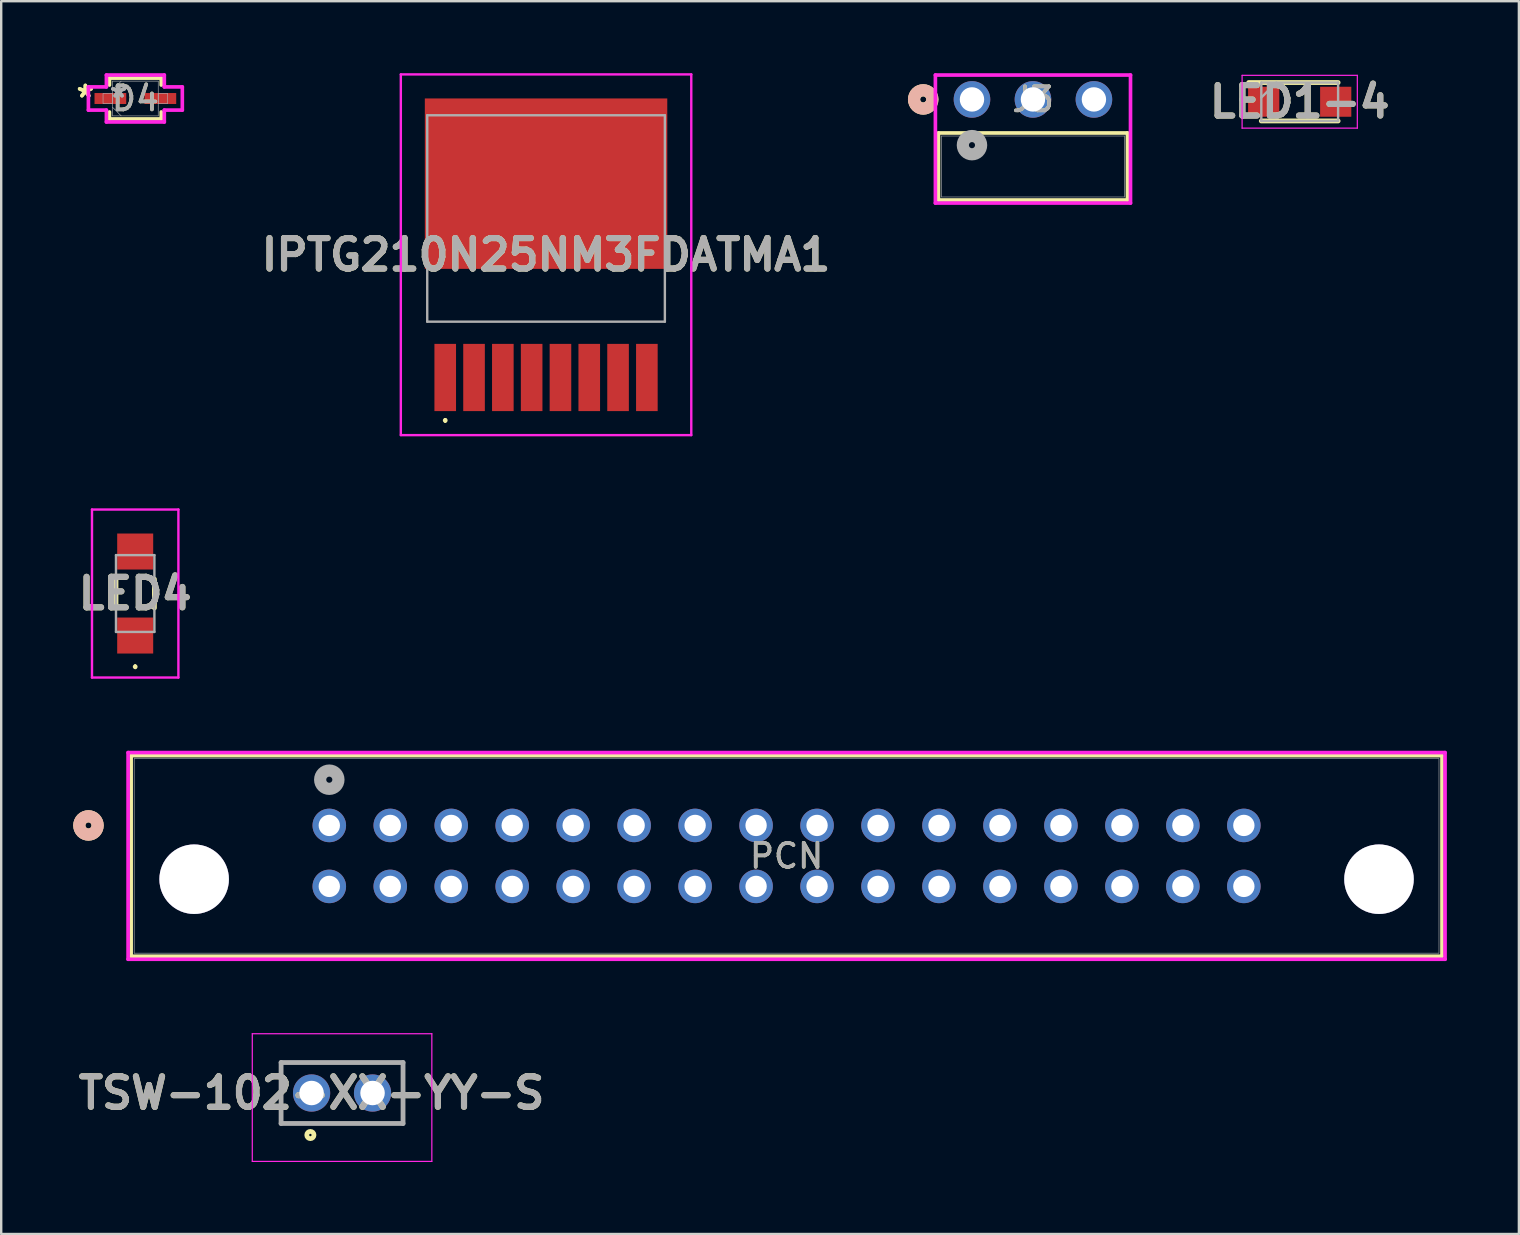
<source format=kicad_pcb>
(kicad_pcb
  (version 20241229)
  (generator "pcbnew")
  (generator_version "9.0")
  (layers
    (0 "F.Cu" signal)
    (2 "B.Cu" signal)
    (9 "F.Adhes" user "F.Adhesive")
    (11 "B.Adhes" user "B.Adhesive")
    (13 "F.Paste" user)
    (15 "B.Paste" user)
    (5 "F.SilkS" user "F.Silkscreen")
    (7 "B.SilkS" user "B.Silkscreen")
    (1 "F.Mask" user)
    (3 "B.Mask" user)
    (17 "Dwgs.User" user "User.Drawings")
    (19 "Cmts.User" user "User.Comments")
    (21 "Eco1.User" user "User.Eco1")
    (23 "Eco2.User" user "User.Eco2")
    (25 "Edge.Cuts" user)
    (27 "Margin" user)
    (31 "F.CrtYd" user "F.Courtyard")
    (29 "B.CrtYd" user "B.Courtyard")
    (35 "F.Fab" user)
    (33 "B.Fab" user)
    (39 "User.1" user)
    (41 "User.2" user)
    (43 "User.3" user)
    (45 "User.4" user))
  (footprint "LED1-4"
    (layer "F.Cu")
    (at 51.095 1.189)
    (property "Reference" "LED1-4" (at 0 0 0) (layer "F.SilkS") (effects (font (size 1.27 1.27) (thickness 0.254))))
    (attr smd)
    (fp_line (start -1.6 0.8) (end 1.6 0.8) (stroke (width 0.2) (type solid)) (layer "F.SilkS"))
    (fp_line (start 1.6 -0.8) (end -2.125 -0.8) (stroke (width 0.2) (type solid)) (layer "F.SilkS"))
    (fp_line (start -2.4 -1.1) (end 2.4 -1.1) (stroke (width 0.05) (type solid)) (layer "F.CrtYd"))
    (fp_line (start -2.4 1.1) (end -2.4 -1.1) (stroke (width 0.05) (type solid)) (layer "F.CrtYd"))
    (fp_line (start 2.4 -1.1) (end 2.4 1.1) (stroke (width 0.05) (type solid)) (layer "F.CrtYd"))
    (fp_line (start 2.4 1.1) (end -2.4 1.1) (stroke (width 0.05) (type solid)) (layer "F.CrtYd"))
    (fp_line (start -1.6 -0.8) (end 1.6 -0.8) (stroke (width 0.1) (type solid)) (layer "F.Fab"))
    (fp_line (start -1.6 -0.175) (end -0.975 -0.8) (stroke (width 0.1) (type solid)) (layer "F.Fab"))
    (fp_line (start -1.6 0.8) (end -1.6 -0.8) (stroke (width 0.1) (type solid)) (layer "F.Fab"))
    (fp_line (start 1.6 -0.8) (end 1.6 0.8) (stroke (width 0.1) (type solid)) (layer "F.Fab"))
    (fp_line (start 1.6 0.8) (end -1.6 0.8) (stroke (width 0.1) (type solid)) (layer "F.Fab"))
    (fp_text user "${REFERENCE}" (at 0 0 0) (layer "F.Fab") (effects (font (size 1.27 1.27) (thickness 0.254))))
    (pad "1" smd rect (at -1.5 0 90) (size 1.25 1.3) (layers "F.Cu" "F.Mask" "F.Paste"))
    (pad "2" smd rect (at 1.5 0 90) (size 1.25 1.3) (layers "F.Cu" "F.Mask" "F.Paste")))
  (footprint "PCN"
    (layer "F.Cu")
    (at 10.668 31.337)
    (property "Reference" "PCN" (at 19.05 1.27 0) (unlocked yes) (layer "F.SilkS") (effects (font (size 1 1) (thickness 0.15))))
    (attr through_hole)
    (fp_line (start -8.255 -2.908) (end -8.255 5.448) (stroke (width 0.152) (type solid)) (layer "F.SilkS"))
    (fp_line (start -8.255 5.448) (end 46.355 5.448) (stroke (width 0.152) (type solid)) (layer "F.SilkS"))
    (fp_line (start 46.355 -2.908) (end -8.255 -2.908) (stroke (width 0.152) (type solid)) (layer "F.SilkS"))
    (fp_line (start 46.355 5.448) (end 46.355 -2.908) (stroke (width 0.152) (type solid)) (layer "F.SilkS"))
    (fp_circle (center -10.033 0) (end -9.652 0) (stroke (width 0.508) (type solid)) (fill no) (layer "F.SilkS"))
    (fp_circle (center -10.033 0) (end -9.652 0) (stroke (width 0.508) (type solid)) (fill no) (layer "B.SilkS"))
    (fp_line (start -8.382 -3.035) (end -8.382 5.575) (stroke (width 0.152) (type solid)) (layer "F.CrtYd"))
    (fp_line (start -8.382 5.575) (end 46.482 5.575) (stroke (width 0.152) (type solid)) (layer "F.CrtYd"))
    (fp_line (start 46.482 -3.035) (end -8.382 -3.035) (stroke (width 0.152) (type solid)) (layer "F.CrtYd"))
    (fp_line (start 46.482 5.575) (end 46.482 -3.035) (stroke (width 0.152) (type solid)) (layer "F.CrtYd"))
    (fp_line (start -8.128 -2.781) (end -8.128 5.321) (stroke (width 0.025) (type solid)) (layer "F.Fab"))
    (fp_line (start -8.128 5.321) (end 46.228 5.321) (stroke (width 0.025) (type solid)) (layer "F.Fab"))
    (fp_line (start 46.228 -2.781) (end -8.128 -2.781) (stroke (width 0.025) (type solid)) (layer "F.Fab"))
    (fp_line (start 46.228 5.321) (end 46.228 -2.781) (stroke (width 0.025) (type solid)) (layer "F.Fab"))
    (fp_circle (center 0 -1.905) (end 0.381 -1.905) (stroke (width 0.508) (type solid)) (fill no) (layer "F.Fab"))
    (fp_text user "${REFERENCE}" (at 19.05 1.27 0) (unlocked yes) (layer "F.Fab") (effects (font (size 1 1) (thickness 0.15))))
    (pad "1" thru_hole circle (at 0 0) (size 1.397 1.397) (drill 0.889) (layers "*.Cu" "*.Mask"))
    (pad "2" thru_hole circle (at 2.54 0) (size 1.397 1.397) (drill 0.889) (layers "*.Cu" "*.Mask"))
    (pad "3" thru_hole circle (at 5.08 0) (size 1.397 1.397) (drill 0.889) (layers "*.Cu" "*.Mask"))
    (pad "4" thru_hole circle (at 7.62 0) (size 1.397 1.397) (drill 0.889) (layers "*.Cu" "*.Mask"))
    (pad "5" thru_hole circle (at 10.16 0) (size 1.397 1.397) (drill 0.889) (layers "*.Cu" "*.Mask"))
    (pad "6" thru_hole circle (at 12.7 0) (size 1.397 1.397) (drill 0.889) (layers "*.Cu" "*.Mask"))
    (pad "7" thru_hole circle (at 15.24 0) (size 1.397 1.397) (drill 0.889) (layers "*.Cu" "*.Mask"))
    (pad "8" thru_hole circle (at 17.78 0) (size 1.397 1.397) (drill 0.889) (layers "*.Cu" "*.Mask"))
    (pad "9" thru_hole circle (at 20.32 0) (size 1.397 1.397) (drill 0.889) (layers "*.Cu" "*.Mask"))
    (pad "10" thru_hole circle (at 22.86 0) (size 1.397 1.397) (drill 0.889) (layers "*.Cu" "*.Mask"))
    (pad "11" thru_hole circle (at 25.4 0) (size 1.397 1.397) (drill 0.889) (layers "*.Cu" "*.Mask"))
    (pad "12" thru_hole circle (at 27.94 0) (size 1.397 1.397) (drill 0.889) (layers "*.Cu" "*.Mask"))
    (pad "13" thru_hole circle (at 30.48 0) (size 1.397 1.397) (drill 0.889) (layers "*.Cu" "*.Mask"))
    (pad "14" thru_hole circle (at 33.02 0) (size 1.397 1.397) (drill 0.889) (layers "*.Cu" "*.Mask"))
    (pad "15" thru_hole circle (at 35.56 0) (size 1.397 1.397) (drill 0.889) (layers "*.Cu" "*.Mask"))
    (pad "16" thru_hole circle (at 38.1 0) (size 1.397 1.397) (drill 0.889) (layers "*.Cu" "*.Mask"))
    (pad "17" thru_hole circle (at 0 2.54) (size 1.397 1.397) (drill 0.889) (layers "*.Cu" "*.Mask"))
    (pad "18" thru_hole circle (at 2.54 2.54) (size 1.397 1.397) (drill 0.889) (layers "*.Cu" "*.Mask"))
    (pad "19" thru_hole circle (at 5.08 2.54) (size 1.397 1.397) (drill 0.889) (layers "*.Cu" "*.Mask"))
    (pad "20" thru_hole circle (at 7.62 2.54) (size 1.397 1.397) (drill 0.889) (layers "*.Cu" "*.Mask"))
    (pad "21" thru_hole circle (at 10.16 2.54) (size 1.397 1.397) (drill 0.889) (layers "*.Cu" "*.Mask"))
    (pad "22" thru_hole circle (at 12.7 2.54) (size 1.397 1.397) (drill 0.889) (layers "*.Cu" "*.Mask"))
    (pad "23" thru_hole circle (at 15.24 2.54) (size 1.397 1.397) (drill 0.889) (layers "*.Cu" "*.Mask"))
    (pad "24" thru_hole circle (at 17.78 2.54) (size 1.397 1.397) (drill 0.889) (layers "*.Cu" "*.Mask"))
    (pad "25" thru_hole circle (at 20.32 2.54) (size 1.397 1.397) (drill 0.889) (layers "*.Cu" "*.Mask"))
    (pad "26" thru_hole circle (at 22.86 2.54) (size 1.397 1.397) (drill 0.889) (layers "*.Cu" "*.Mask"))
    (pad "27" thru_hole circle (at 25.4 2.54) (size 1.397 1.397) (drill 0.889) (layers "*.Cu" "*.Mask"))
    (pad "28" thru_hole circle (at 27.94 2.54) (size 1.397 1.397) (drill 0.889) (layers "*.Cu" "*.Mask"))
    (pad "29" thru_hole circle (at 30.48 2.54) (size 1.397 1.397) (drill 0.889) (layers "*.Cu" "*.Mask"))
    (pad "30" thru_hole circle (at 33.02 2.54) (size 1.397 1.397) (drill 0.889) (layers "*.Cu" "*.Mask"))
    (pad "31" thru_hole circle (at 35.56 2.54) (size 1.397 1.397) (drill 0.889) (layers "*.Cu" "*.Mask"))
    (pad "32" thru_hole circle (at 38.1 2.54) (size 1.397 1.397) (drill 0.889) (layers "*.Cu" "*.Mask"))
    (pad "33" thru_hole circle (at -5.63 2.24) (size 2.896 2.896) (drill 2.896) (layers "*.Cu" "*.Mask"))
    (pad "34" thru_hole circle (at 43.73 2.24) (size 2.896 2.896) (drill 2.896) (layers "*.Cu" "*.Mask")))
  (footprint "D4"
    (layer "F.Cu")
    (at 2.589 1.054)
    (property "Reference" "D4" (at 0 0 0) (unlocked yes) (layer "F.SilkS") (effects (font (size 1 1) (thickness 0.15))))
    (attr smd)
    (fp_line (start -1.079 -0.851) (end -1.079 -0.561) (stroke (width 0.152) (type solid)) (layer "F.SilkS"))
    (fp_line (start -1.079 0.561) (end -1.079 0.851) (stroke (width 0.152) (type solid)) (layer "F.SilkS"))
    (fp_line (start -1.079 0.851) (end 1.079 0.851) (stroke (width 0.152) (type solid)) (layer "F.SilkS"))
    (fp_line (start 1.079 -0.851) (end -1.079 -0.851) (stroke (width 0.152) (type solid)) (layer "F.SilkS"))
    (fp_line (start 1.079 -0.561) (end 1.079 -0.851) (stroke (width 0.152) (type solid)) (layer "F.SilkS"))
    (fp_line (start 1.079 0.851) (end 1.079 0.561) (stroke (width 0.152) (type solid)) (layer "F.SilkS"))
    (fp_line (start -1.956 -0.483) (end -1.206 -0.483) (stroke (width 0.152) (type solid)) (layer "F.CrtYd"))
    (fp_line (start -1.956 0.483) (end -1.956 -0.483) (stroke (width 0.152) (type solid)) (layer "F.CrtYd"))
    (fp_line (start -1.206 -0.978) (end 1.206 -0.978) (stroke (width 0.152) (type solid)) (layer "F.CrtYd"))
    (fp_line (start -1.206 -0.483) (end -1.206 -0.978) (stroke (width 0.152) (type solid)) (layer "F.CrtYd"))
    (fp_line (start -1.206 0.483) (end -1.956 0.483) (stroke (width 0.152) (type solid)) (layer "F.CrtYd"))
    (fp_line (start -1.206 0.978) (end -1.206 0.483) (stroke (width 0.152) (type solid)) (layer "F.CrtYd"))
    (fp_line (start 1.206 -0.978) (end 1.206 -0.483) (stroke (width 0.152) (type solid)) (layer "F.CrtYd"))
    (fp_line (start 1.206 -0.483) (end 1.956 -0.483) (stroke (width 0.152) (type solid)) (layer "F.CrtYd"))
    (fp_line (start 1.206 0.483) (end 1.206 0.978) (stroke (width 0.152) (type solid)) (layer "F.CrtYd"))
    (fp_line (start 1.206 0.978) (end -1.206 0.978) (stroke (width 0.152) (type solid)) (layer "F.CrtYd"))
    (fp_line (start 1.956 -0.483) (end 1.956 0.483) (stroke (width 0.152) (type solid)) (layer "F.CrtYd"))
    (fp_line (start 1.956 0.483) (end 1.206 0.483) (stroke (width 0.152) (type solid)) (layer "F.CrtYd"))
    (fp_line (start -1.346 -0.203) (end -1.346 0.203) (stroke (width 0.025) (type solid)) (layer "F.Fab"))
    (fp_line (start -1.346 0.203) (end -0.953 0.203) (stroke (width 0.025) (type solid)) (layer "F.Fab"))
    (fp_line (start -0.953 -0.724) (end -0.953 0.724) (stroke (width 0.025) (type solid)) (layer "F.Fab"))
    (fp_line (start -0.953 -0.362) (end -0.591 -0.724) (stroke (width 0.025) (type solid)) (layer "F.Fab"))
    (fp_line (start -0.953 -0.203) (end -1.346 -0.203) (stroke (width 0.025) (type solid)) (layer "F.Fab"))
    (fp_line (start -0.953 0.203) (end -0.953 -0.203) (stroke (width 0.025) (type solid)) (layer "F.Fab"))
    (fp_line (start -0.953 0.362) (end -0.591 0.724) (stroke (width 0.025) (type solid)) (layer "F.Fab"))
    (fp_line (start -0.953 0.724) (end 0.953 0.724) (stroke (width 0.025) (type solid)) (layer "F.Fab"))
    (fp_line (start 0.953 -0.724) (end -0.953 -0.724) (stroke (width 0.025) (type solid)) (layer "F.Fab"))
    (fp_line (start 0.953 -0.203) (end 0.953 0.203) (stroke (width 0.025) (type solid)) (layer "F.Fab"))
    (fp_line (start 0.953 0.203) (end 1.346 0.203) (stroke (width 0.025) (type solid)) (layer "F.Fab"))
    (fp_line (start 0.953 0.724) (end 0.953 -0.724) (stroke (width 0.025) (type solid)) (layer "F.Fab"))
    (fp_line (start 1.346 -0.203) (end 0.953 -0.203) (stroke (width 0.025) (type solid)) (layer "F.Fab"))
    (fp_line (start 1.346 0.203) (end 1.346 -0.203) (stroke (width 0.025) (type solid)) (layer "F.Fab"))
    (fp_text user "*" (at -2.083 0 0) (layer "F.SilkS") (effects (font (size 1 1) (thickness 0.15))))
    (fp_text user "*" (at -2.083 0 0) (unlocked yes) (layer "F.SilkS") (effects (font (size 1 1) (thickness 0.15))))
    (fp_text user "*" (at -0.699 0 0) (unlocked yes) (layer "F.Fab") (effects (font (size 1 1) (thickness 0.15))))
    (fp_text user "*" (at -0.699 0 0) (layer "F.Fab") (effects (font (size 1 1) (thickness 0.15))))
    (fp_text user "${REFERENCE}" (at 0 0 0) (unlocked yes) (layer "F.Fab") (effects (font (size 1 1) (thickness 0.15))))
    (pad "1" smd rect (at -1.041 0) (size 1.321 0.457) (layers "F.Cu" "F.Mask" "F.Paste"))
    (pad "2" smd rect (at 1.041 0) (size 1.321 0.457) (layers "F.Cu" "F.Mask" "F.Paste")))
  (footprint "TSW-102-XX-YY-S"
    (layer "F.Cu")
    (at 9.93 42.484)
    (property "Reference" "TSW-102-XX-YY-S" (at 0 0 0) (layer "F.SilkS") (effects (font (size 1.27 1.27) (thickness 0.254))))
    (attr through_hole)
    (fp_line (start -1.27 -1.27) (end 3.81 -1.27) (stroke (width 0.1) (type solid)) (layer "F.SilkS"))
    (fp_line (start -1.27 1.27) (end -1.27 -1.27) (stroke (width 0.1) (type solid)) (layer "F.SilkS"))
    (fp_line (start 3.81 -1.27) (end 3.81 1.27) (stroke (width 0.1) (type solid)) (layer "F.SilkS"))
    (fp_line (start 3.81 1.27) (end -1.27 1.27) (stroke (width 0.1) (type solid)) (layer "F.SilkS"))
    (fp_circle (center -0.05 1.75) (end -0.05 1.8) (stroke (width 0.2) (type solid)) (fill no) (layer "F.SilkS"))
    (fp_line (start -2.47 -2.47) (end 5.01 -2.47) (stroke (width 0.05) (type solid)) (layer "F.CrtYd"))
    (fp_line (start -2.47 2.85) (end -2.47 -2.47) (stroke (width 0.05) (type solid)) (layer "F.CrtYd"))
    (fp_line (start 5.01 -2.47) (end 5.01 2.85) (stroke (width 0.05) (type solid)) (layer "F.CrtYd"))
    (fp_line (start 5.01 2.85) (end -2.47 2.85) (stroke (width 0.05) (type solid)) (layer "F.CrtYd"))
    (fp_line (start -1.27 -1.27) (end 3.81 -1.27) (stroke (width 0.2) (type solid)) (layer "F.Fab"))
    (fp_line (start -1.27 1.27) (end -1.27 -1.27) (stroke (width 0.2) (type solid)) (layer "F.Fab"))
    (fp_line (start 3.81 -1.27) (end 3.81 1.27) (stroke (width 0.2) (type solid)) (layer "F.Fab"))
    (fp_line (start 3.81 1.27) (end -1.27 1.27) (stroke (width 0.2) (type solid)) (layer "F.Fab"))
    (fp_text user "${REFERENCE}" (at 0 0 0) (layer "F.Fab") (effects (font (size 1.27 1.27) (thickness 0.254))))
    (pad "1" thru_hole circle (at 0 0) (size 1.55 1.55) (drill 1.02) (layers "*.Cu" "*.Mask"))
    (pad "2" thru_hole circle (at 2.54 0) (size 1.55 1.55) (drill 1.02) (layers "*.Cu" "*.Mask")))
  (footprint "LED4"
    (layer "F.Cu")
    (at 2.582 21.676)
    (property "Reference" "LED4" (at 0 0 0) (layer "F.SilkS") (effects (font (size 1.27 1.27) (thickness 0.254))))
    (attr smd)
    (fp_line (start -0.8 -0.6) (end -0.8 0.6) (stroke (width 0.2) (type solid)) (layer "F.SilkS"))
    (fp_line (start 0 3) (end 0 3) (stroke (width 0.1) (type solid)) (layer "F.SilkS"))
    (fp_line (start 0 3.1) (end 0 3.1) (stroke (width 0.1) (type solid)) (layer "F.SilkS"))
    (fp_line (start 0.8 -0.6) (end 0.8 0.6) (stroke (width 0.2) (type solid)) (layer "F.SilkS"))
    (fp_arc (start 0 3) (mid 0.05 3.05) (end 0 3.1) (stroke (width 0.1) (type solid)) (layer "F.SilkS"))
    (fp_arc (start 0 3.1) (mid -0.05 3.05) (end 0 3) (stroke (width 0.1) (type solid)) (layer "F.SilkS"))
    (fp_line (start -1.8 -3.5) (end 1.8 -3.5) (stroke (width 0.1) (type solid)) (layer "F.CrtYd"))
    (fp_line (start -1.8 3.5) (end -1.8 -3.5) (stroke (width 0.1) (type solid)) (layer "F.CrtYd"))
    (fp_line (start 1.8 -3.5) (end 1.8 3.5) (stroke (width 0.1) (type solid)) (layer "F.CrtYd"))
    (fp_line (start 1.8 3.5) (end -1.8 3.5) (stroke (width 0.1) (type solid)) (layer "F.CrtYd"))
    (fp_line (start -0.8 -1.6) (end 0.8 -1.6) (stroke (width 0.1) (type solid)) (layer "F.Fab"))
    (fp_line (start -0.8 1.6) (end -0.8 -1.6) (stroke (width 0.1) (type solid)) (layer "F.Fab"))
    (fp_line (start 0.8 -1.6) (end 0.8 1.6) (stroke (width 0.1) (type solid)) (layer "F.Fab"))
    (fp_line (start 0.8 1.6) (end -0.8 1.6) (stroke (width 0.1) (type solid)) (layer "F.Fab"))
    (fp_text user "${REFERENCE}" (at 0 0 0) (layer "F.Fab") (effects (font (size 1.27 1.27) (thickness 0.254))))
    (pad "1" smd rect (at 0 1.75 90) (size 1.5 1.5) (layers "F.Cu" "F.Mask" "F.Paste"))
    (pad "2" smd rect (at 0 -1.75 90) (size 1.5 1.5) (layers "F.Cu" "F.Mask" "F.Paste")))
  (footprint "J3"
    (layer "F.Cu")
    (at 37.442 1.092)
    (property "Reference" "J3" (at 2.54 0 0) (unlocked yes) (layer "F.SilkS") (effects (font (size 1 1) (thickness 0.15))))
    (attr through_hole)
    (fp_line (start -1.397 1.397) (end -1.397 4.191) (stroke (width 0.152) (type solid)) (layer "F.SilkS"))
    (fp_line (start -1.397 4.191) (end 6.477 4.191) (stroke (width 0.152) (type solid)) (layer "F.SilkS"))
    (fp_line (start 6.477 1.397) (end -1.397 1.397) (stroke (width 0.152) (type solid)) (layer "F.SilkS"))
    (fp_line (start 6.477 4.191) (end 6.477 1.397) (stroke (width 0.152) (type solid)) (layer "F.SilkS"))
    (fp_circle (center -2.032 0) (end -1.651 0) (stroke (width 0.508) (type solid)) (fill no) (layer "F.SilkS"))
    (fp_circle (center -2.032 0) (end -1.651 0) (stroke (width 0.508) (type solid)) (fill no) (layer "B.SilkS"))
    (fp_line (start -1.524 -1.016) (end -1.524 4.318) (stroke (width 0.152) (type solid)) (layer "F.CrtYd"))
    (fp_line (start -1.524 4.318) (end 6.604 4.318) (stroke (width 0.152) (type solid)) (layer "F.CrtYd"))
    (fp_line (start 6.604 -1.016) (end -1.524 -1.016) (stroke (width 0.152) (type solid)) (layer "F.CrtYd"))
    (fp_line (start 6.604 4.318) (end 6.604 -1.016) (stroke (width 0.152) (type solid)) (layer "F.CrtYd"))
    (fp_line (start -1.27 1.524) (end -1.27 4.064) (stroke (width 0.025) (type solid)) (layer "F.Fab"))
    (fp_line (start -1.27 4.064) (end 6.35 4.064) (stroke (width 0.025) (type solid)) (layer "F.Fab"))
    (fp_line (start 6.35 1.524) (end -1.27 1.524) (stroke (width 0.025) (type solid)) (layer "F.Fab"))
    (fp_line (start 6.35 4.064) (end 6.35 1.524) (stroke (width 0.025) (type solid)) (layer "F.Fab"))
    (fp_circle (center 0 1.905) (end 0.381 1.905) (stroke (width 0.508) (type solid)) (fill no) (layer "F.Fab"))
    (fp_text user "${REFERENCE}" (at 2.54 0 0) (unlocked yes) (layer "F.Fab") (effects (font (size 1 1) (thickness 0.15))))
    (pad "1" thru_hole circle (at 0 0) (size 1.524 1.524) (drill 1.016) (layers "*.Cu" "*.Mask"))
    (pad "2" thru_hole circle (at 2.54 0) (size 1.524 1.524) (drill 1.016) (layers "*.Cu" "*.Mask"))
    (pad "3" thru_hole circle (at 5.08 0) (size 1.524 1.524) (drill 1.016) (layers "*.Cu" "*.Mask")))
  (footprint "IPTG210N25NM3FDATMA1"
    (layer "F.Cu")
    (at 19.698 1.051)
    (property "Reference" "IPTG210N25NM3FDATMA1" (at 0 6.512 0) (layer "F.SilkS") (effects (font (size 1.27 1.27) (thickness 0.254))))
    (attr smd)
    (fp_line (start -4.2 13.362) (end -4.2 13.362) (stroke (width 0.1) (type solid)) (layer "F.SilkS"))
    (fp_line (start -4.2 13.462) (end -4.2 13.462) (stroke (width 0.1) (type solid)) (layer "F.SilkS"))
    (fp_arc (start -4.2 13.362) (mid -4.15 13.412) (end -4.2 13.462) (stroke (width 0.1) (type solid)) (layer "F.SilkS"))
    (fp_arc (start -4.2 13.462) (mid -4.25 13.412) (end -4.2 13.362) (stroke (width 0.1) (type solid)) (layer "F.SilkS"))
    (fp_line (start -6.05 -1.001) (end 6.05 -1.001) (stroke (width 0.1) (type solid)) (layer "F.CrtYd"))
    (fp_line (start -6.05 14.025) (end -6.05 -1.001) (stroke (width 0.1) (type solid)) (layer "F.CrtYd"))
    (fp_line (start 6.05 -1.001) (end 6.05 14.025) (stroke (width 0.1) (type solid)) (layer "F.CrtYd"))
    (fp_line (start 6.05 14.025) (end -6.05 14.025) (stroke (width 0.1) (type solid)) (layer "F.CrtYd"))
    (fp_line (start -4.95 0.7) (end 4.95 0.7) (stroke (width 0.1) (type solid)) (layer "F.Fab"))
    (fp_line (start -4.95 9.3) (end -4.95 0.7) (stroke (width 0.1) (type solid)) (layer "F.Fab"))
    (fp_line (start 4.95 0.7) (end 4.95 9.3) (stroke (width 0.1) (type solid)) (layer "F.Fab"))
    (fp_line (start 4.95 9.3) (end -4.95 9.3) (stroke (width 0.1) (type solid)) (layer "F.Fab"))
    (fp_text user "${REFERENCE}" (at 0 6.512 0) (layer "F.Fab") (effects (font (size 1.27 1.27) (thickness 0.254))))
    (pad "1" smd rect (at -4.2 11.625) (size 0.9 2.8) (layers "F.Cu" "F.Mask" "F.Paste"))
    (pad "2" smd rect (at -3 11.625) (size 0.9 2.8) (layers "F.Cu" "F.Mask" "F.Paste"))
    (pad "3" smd rect (at -1.8 11.625) (size 0.9 2.8) (layers "F.Cu" "F.Mask" "F.Paste"))
    (pad "4" smd rect (at -0.6 11.625) (size 0.9 2.8) (layers "F.Cu" "F.Mask" "F.Paste"))
    (pad "5" smd rect (at 0.6 11.625) (size 0.9 2.8) (layers "F.Cu" "F.Mask" "F.Paste"))
    (pad "6" smd rect (at 1.8 11.625) (size 0.9 2.8) (layers "F.Cu" "F.Mask" "F.Paste"))
    (pad "7" smd rect (at 3 11.625) (size 0.9 2.8) (layers "F.Cu" "F.Mask" "F.Paste"))
    (pad "8" smd rect (at 4.2 11.625) (size 0.9 2.8) (layers "F.Cu" "F.Mask" "F.Paste"))
    (pad "9" smd rect (at 0 3.55 90) (size 7.1 10.1) (layers "F.Cu" "F.Mask" "F.Paste")))
  (gr_rect
    (start -3 -3)
    (end 60.226 48.359)
    (stroke (width 0.1) (type default))
    (fill no)
    (layer "Edge.Cuts")))
</source>
